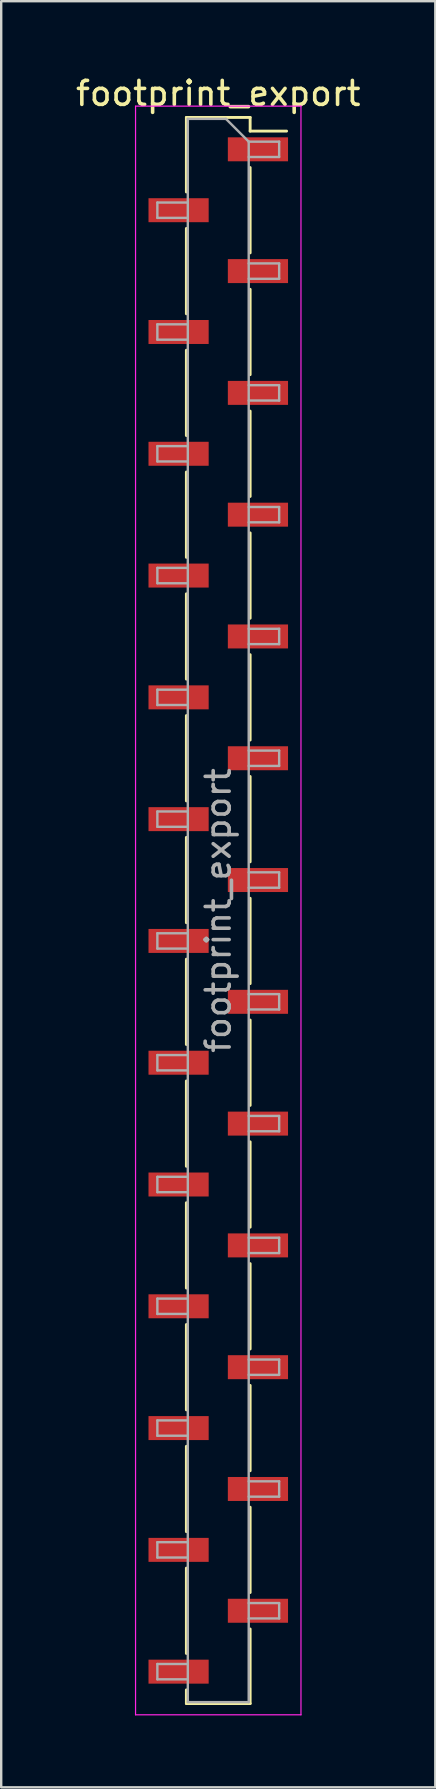
<source format=kicad_pcb>
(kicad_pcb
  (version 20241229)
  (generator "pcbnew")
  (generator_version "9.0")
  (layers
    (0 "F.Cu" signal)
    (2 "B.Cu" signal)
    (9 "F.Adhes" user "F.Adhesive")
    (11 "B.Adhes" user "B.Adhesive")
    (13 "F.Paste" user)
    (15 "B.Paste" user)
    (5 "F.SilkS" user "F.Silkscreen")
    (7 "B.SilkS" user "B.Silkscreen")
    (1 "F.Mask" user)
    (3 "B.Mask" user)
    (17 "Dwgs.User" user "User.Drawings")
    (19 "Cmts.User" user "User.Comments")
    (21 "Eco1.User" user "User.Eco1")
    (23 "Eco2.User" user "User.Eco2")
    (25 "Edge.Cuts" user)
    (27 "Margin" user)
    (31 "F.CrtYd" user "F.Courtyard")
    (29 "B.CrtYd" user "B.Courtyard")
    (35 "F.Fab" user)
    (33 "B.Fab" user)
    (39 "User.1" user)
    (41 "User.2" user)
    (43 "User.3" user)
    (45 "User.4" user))
  (footprint "footprint_export"
    (layer "F.Cu")
    (at 6.054 34.928)
    (property "Reference" "footprint_export" (at 0 -34.08 0) (layer "F.SilkS") (effects (font (size 1 1) (thickness 0.15))))
    (attr smd)
    (fp_line (start -1.33 -33.08) (end -1.33 -29.97) (stroke (width 0.12) (type solid)) (layer "F.SilkS"))
    (fp_line (start -1.33 -33.08) (end 1.33 -33.08) (stroke (width 0.12) (type solid)) (layer "F.SilkS"))
    (fp_line (start -1.33 -28.45) (end -1.33 -24.89) (stroke (width 0.12) (type solid)) (layer "F.SilkS"))
    (fp_line (start -1.33 -23.37) (end -1.33 -19.81) (stroke (width 0.12) (type solid)) (layer "F.SilkS"))
    (fp_line (start -1.33 -18.29) (end -1.33 -14.73) (stroke (width 0.12) (type solid)) (layer "F.SilkS"))
    (fp_line (start -1.33 -13.21) (end -1.33 -9.65) (stroke (width 0.12) (type solid)) (layer "F.SilkS"))
    (fp_line (start -1.33 -8.13) (end -1.33 -4.57) (stroke (width 0.12) (type solid)) (layer "F.SilkS"))
    (fp_line (start -1.33 -3.05) (end -1.33 0.51) (stroke (width 0.12) (type solid)) (layer "F.SilkS"))
    (fp_line (start -1.33 2.03) (end -1.33 5.59) (stroke (width 0.12) (type solid)) (layer "F.SilkS"))
    (fp_line (start -1.33 7.11) (end -1.33 10.67) (stroke (width 0.12) (type solid)) (layer "F.SilkS"))
    (fp_line (start -1.33 12.19) (end -1.33 15.75) (stroke (width 0.12) (type solid)) (layer "F.SilkS"))
    (fp_line (start -1.33 17.27) (end -1.33 20.83) (stroke (width 0.12) (type solid)) (layer "F.SilkS"))
    (fp_line (start -1.33 22.35) (end -1.33 25.91) (stroke (width 0.12) (type solid)) (layer "F.SilkS"))
    (fp_line (start -1.33 27.43) (end -1.33 30.99) (stroke (width 0.12) (type solid)) (layer "F.SilkS"))
    (fp_line (start -1.33 32.51) (end -1.33 33.08) (stroke (width 0.12) (type solid)) (layer "F.SilkS"))
    (fp_line (start -1.33 33.08) (end 1.33 33.08) (stroke (width 0.12) (type solid)) (layer "F.SilkS"))
    (fp_line (start 1.33 -33.08) (end 1.33 -32.51) (stroke (width 0.12) (type solid)) (layer "F.SilkS"))
    (fp_line (start 1.33 -32.51) (end 2.85 -32.51) (stroke (width 0.12) (type solid)) (layer "F.SilkS"))
    (fp_line (start 1.33 -30.99) (end 1.33 -27.43) (stroke (width 0.12) (type solid)) (layer "F.SilkS"))
    (fp_line (start 1.33 -25.91) (end 1.33 -22.35) (stroke (width 0.12) (type solid)) (layer "F.SilkS"))
    (fp_line (start 1.33 -20.83) (end 1.33 -17.27) (stroke (width 0.12) (type solid)) (layer "F.SilkS"))
    (fp_line (start 1.33 -15.75) (end 1.33 -12.19) (stroke (width 0.12) (type solid)) (layer "F.SilkS"))
    (fp_line (start 1.33 -10.67) (end 1.33 -7.11) (stroke (width 0.12) (type solid)) (layer "F.SilkS"))
    (fp_line (start 1.33 -5.59) (end 1.33 -2.03) (stroke (width 0.12) (type solid)) (layer "F.SilkS"))
    (fp_line (start 1.33 -0.51) (end 1.33 3.05) (stroke (width 0.12) (type solid)) (layer "F.SilkS"))
    (fp_line (start 1.33 4.57) (end 1.33 8.13) (stroke (width 0.12) (type solid)) (layer "F.SilkS"))
    (fp_line (start 1.33 9.65) (end 1.33 13.21) (stroke (width 0.12) (type solid)) (layer "F.SilkS"))
    (fp_line (start 1.33 14.73) (end 1.33 18.29) (stroke (width 0.12) (type solid)) (layer "F.SilkS"))
    (fp_line (start 1.33 19.81) (end 1.33 23.37) (stroke (width 0.12) (type solid)) (layer "F.SilkS"))
    (fp_line (start 1.33 24.89) (end 1.33 28.45) (stroke (width 0.12) (type solid)) (layer "F.SilkS"))
    (fp_line (start 1.33 29.97) (end 1.33 33.08) (stroke (width 0.12) (type solid)) (layer "F.SilkS"))
    (fp_line (start -3.45 -33.55) (end -3.45 33.55) (stroke (width 0.05) (type solid)) (layer "F.CrtYd"))
    (fp_line (start -3.45 33.55) (end 3.45 33.55) (stroke (width 0.05) (type solid)) (layer "F.CrtYd"))
    (fp_line (start 3.45 -33.55) (end -3.45 -33.55) (stroke (width 0.05) (type solid)) (layer "F.CrtYd"))
    (fp_line (start 3.45 33.55) (end 3.45 -33.55) (stroke (width 0.05) (type solid)) (layer "F.CrtYd"))
    (fp_line (start -2.54 -29.53) (end -2.54 -28.89) (stroke (width 0.1) (type solid)) (layer "F.Fab"))
    (fp_line (start -2.54 -28.89) (end -1.27 -28.89) (stroke (width 0.1) (type solid)) (layer "F.Fab"))
    (fp_line (start -2.54 -24.45) (end -2.54 -23.81) (stroke (width 0.1) (type solid)) (layer "F.Fab"))
    (fp_line (start -2.54 -23.81) (end -1.27 -23.81) (stroke (width 0.1) (type solid)) (layer "F.Fab"))
    (fp_line (start -2.54 -19.37) (end -2.54 -18.73) (stroke (width 0.1) (type solid)) (layer "F.Fab"))
    (fp_line (start -2.54 -18.73) (end -1.27 -18.73) (stroke (width 0.1) (type solid)) (layer "F.Fab"))
    (fp_line (start -2.54 -14.29) (end -2.54 -13.65) (stroke (width 0.1) (type solid)) (layer "F.Fab"))
    (fp_line (start -2.54 -13.65) (end -1.27 -13.65) (stroke (width 0.1) (type solid)) (layer "F.Fab"))
    (fp_line (start -2.54 -9.21) (end -2.54 -8.57) (stroke (width 0.1) (type solid)) (layer "F.Fab"))
    (fp_line (start -2.54 -8.57) (end -1.27 -8.57) (stroke (width 0.1) (type solid)) (layer "F.Fab"))
    (fp_line (start -2.54 -4.13) (end -2.54 -3.49) (stroke (width 0.1) (type solid)) (layer "F.Fab"))
    (fp_line (start -2.54 -3.49) (end -1.27 -3.49) (stroke (width 0.1) (type solid)) (layer "F.Fab"))
    (fp_line (start -2.54 0.95) (end -2.54 1.59) (stroke (width 0.1) (type solid)) (layer "F.Fab"))
    (fp_line (start -2.54 1.59) (end -1.27 1.59) (stroke (width 0.1) (type solid)) (layer "F.Fab"))
    (fp_line (start -2.54 6.03) (end -2.54 6.67) (stroke (width 0.1) (type solid)) (layer "F.Fab"))
    (fp_line (start -2.54 6.67) (end -1.27 6.67) (stroke (width 0.1) (type solid)) (layer "F.Fab"))
    (fp_line (start -2.54 11.11) (end -2.54 11.75) (stroke (width 0.1) (type solid)) (layer "F.Fab"))
    (fp_line (start -2.54 11.75) (end -1.27 11.75) (stroke (width 0.1) (type solid)) (layer "F.Fab"))
    (fp_line (start -2.54 16.19) (end -2.54 16.83) (stroke (width 0.1) (type solid)) (layer "F.Fab"))
    (fp_line (start -2.54 16.83) (end -1.27 16.83) (stroke (width 0.1) (type solid)) (layer "F.Fab"))
    (fp_line (start -2.54 21.27) (end -2.54 21.91) (stroke (width 0.1) (type solid)) (layer "F.Fab"))
    (fp_line (start -2.54 21.91) (end -1.27 21.91) (stroke (width 0.1) (type solid)) (layer "F.Fab"))
    (fp_line (start -2.54 26.35) (end -2.54 26.99) (stroke (width 0.1) (type solid)) (layer "F.Fab"))
    (fp_line (start -2.54 26.99) (end -1.27 26.99) (stroke (width 0.1) (type solid)) (layer "F.Fab"))
    (fp_line (start -2.54 31.43) (end -2.54 32.07) (stroke (width 0.1) (type solid)) (layer "F.Fab"))
    (fp_line (start -2.54 32.07) (end -1.27 32.07) (stroke (width 0.1) (type solid)) (layer "F.Fab"))
    (fp_line (start -1.27 -33.02) (end -1.27 33.02) (stroke (width 0.1) (type solid)) (layer "F.Fab"))
    (fp_line (start -1.27 -33.02) (end 0.32 -33.02) (stroke (width 0.1) (type solid)) (layer "F.Fab"))
    (fp_line (start -1.27 -29.53) (end -2.54 -29.53) (stroke (width 0.1) (type solid)) (layer "F.Fab"))
    (fp_line (start -1.27 -24.45) (end -2.54 -24.45) (stroke (width 0.1) (type solid)) (layer "F.Fab"))
    (fp_line (start -1.27 -19.37) (end -2.54 -19.37) (stroke (width 0.1) (type solid)) (layer "F.Fab"))
    (fp_line (start -1.27 -14.29) (end -2.54 -14.29) (stroke (width 0.1) (type solid)) (layer "F.Fab"))
    (fp_line (start -1.27 -9.21) (end -2.54 -9.21) (stroke (width 0.1) (type solid)) (layer "F.Fab"))
    (fp_line (start -1.27 -4.13) (end -2.54 -4.13) (stroke (width 0.1) (type solid)) (layer "F.Fab"))
    (fp_line (start -1.27 0.95) (end -2.54 0.95) (stroke (width 0.1) (type solid)) (layer "F.Fab"))
    (fp_line (start -1.27 6.03) (end -2.54 6.03) (stroke (width 0.1) (type solid)) (layer "F.Fab"))
    (fp_line (start -1.27 11.11) (end -2.54 11.11) (stroke (width 0.1) (type solid)) (layer "F.Fab"))
    (fp_line (start -1.27 16.19) (end -2.54 16.19) (stroke (width 0.1) (type solid)) (layer "F.Fab"))
    (fp_line (start -1.27 21.27) (end -2.54 21.27) (stroke (width 0.1) (type solid)) (layer "F.Fab"))
    (fp_line (start -1.27 26.35) (end -2.54 26.35) (stroke (width 0.1) (type solid)) (layer "F.Fab"))
    (fp_line (start -1.27 31.43) (end -2.54 31.43) (stroke (width 0.1) (type solid)) (layer "F.Fab"))
    (fp_line (start 1.27 -32.07) (end 0.32 -33.02) (stroke (width 0.1) (type solid)) (layer "F.Fab"))
    (fp_line (start 1.27 -32.07) (end 2.54 -32.07) (stroke (width 0.1) (type solid)) (layer "F.Fab"))
    (fp_line (start 1.27 -26.99) (end 2.54 -26.99) (stroke (width 0.1) (type solid)) (layer "F.Fab"))
    (fp_line (start 1.27 -21.91) (end 2.54 -21.91) (stroke (width 0.1) (type solid)) (layer "F.Fab"))
    (fp_line (start 1.27 -16.83) (end 2.54 -16.83) (stroke (width 0.1) (type solid)) (layer "F.Fab"))
    (fp_line (start 1.27 -11.75) (end 2.54 -11.75) (stroke (width 0.1) (type solid)) (layer "F.Fab"))
    (fp_line (start 1.27 -6.67) (end 2.54 -6.67) (stroke (width 0.1) (type solid)) (layer "F.Fab"))
    (fp_line (start 1.27 -1.59) (end 2.54 -1.59) (stroke (width 0.1) (type solid)) (layer "F.Fab"))
    (fp_line (start 1.27 3.49) (end 2.54 3.49) (stroke (width 0.1) (type solid)) (layer "F.Fab"))
    (fp_line (start 1.27 8.57) (end 2.54 8.57) (stroke (width 0.1) (type solid)) (layer "F.Fab"))
    (fp_line (start 1.27 13.65) (end 2.54 13.65) (stroke (width 0.1) (type solid)) (layer "F.Fab"))
    (fp_line (start 1.27 18.73) (end 2.54 18.73) (stroke (width 0.1) (type solid)) (layer "F.Fab"))
    (fp_line (start 1.27 23.81) (end 2.54 23.81) (stroke (width 0.1) (type solid)) (layer "F.Fab"))
    (fp_line (start 1.27 28.89) (end 2.54 28.89) (stroke (width 0.1) (type solid)) (layer "F.Fab"))
    (fp_line (start 1.27 33.02) (end -1.27 33.02) (stroke (width 0.1) (type solid)) (layer "F.Fab"))
    (fp_line (start 1.27 33.02) (end 1.27 -32.07) (stroke (width 0.1) (type solid)) (layer "F.Fab"))
    (fp_line (start 2.54 -32.07) (end 2.54 -31.43) (stroke (width 0.1) (type solid)) (layer "F.Fab"))
    (fp_line (start 2.54 -31.43) (end 1.27 -31.43) (stroke (width 0.1) (type solid)) (layer "F.Fab"))
    (fp_line (start 2.54 -26.99) (end 2.54 -26.35) (stroke (width 0.1) (type solid)) (layer "F.Fab"))
    (fp_line (start 2.54 -26.35) (end 1.27 -26.35) (stroke (width 0.1) (type solid)) (layer "F.Fab"))
    (fp_line (start 2.54 -21.91) (end 2.54 -21.27) (stroke (width 0.1) (type solid)) (layer "F.Fab"))
    (fp_line (start 2.54 -21.27) (end 1.27 -21.27) (stroke (width 0.1) (type solid)) (layer "F.Fab"))
    (fp_line (start 2.54 -16.83) (end 2.54 -16.19) (stroke (width 0.1) (type solid)) (layer "F.Fab"))
    (fp_line (start 2.54 -16.19) (end 1.27 -16.19) (stroke (width 0.1) (type solid)) (layer "F.Fab"))
    (fp_line (start 2.54 -11.75) (end 2.54 -11.11) (stroke (width 0.1) (type solid)) (layer "F.Fab"))
    (fp_line (start 2.54 -11.11) (end 1.27 -11.11) (stroke (width 0.1) (type solid)) (layer "F.Fab"))
    (fp_line (start 2.54 -6.67) (end 2.54 -6.03) (stroke (width 0.1) (type solid)) (layer "F.Fab"))
    (fp_line (start 2.54 -6.03) (end 1.27 -6.03) (stroke (width 0.1) (type solid)) (layer "F.Fab"))
    (fp_line (start 2.54 -1.59) (end 2.54 -0.95) (stroke (width 0.1) (type solid)) (layer "F.Fab"))
    (fp_line (start 2.54 -0.95) (end 1.27 -0.95) (stroke (width 0.1) (type solid)) (layer "F.Fab"))
    (fp_line (start 2.54 3.49) (end 2.54 4.13) (stroke (width 0.1) (type solid)) (layer "F.Fab"))
    (fp_line (start 2.54 4.13) (end 1.27 4.13) (stroke (width 0.1) (type solid)) (layer "F.Fab"))
    (fp_line (start 2.54 8.57) (end 2.54 9.21) (stroke (width 0.1) (type solid)) (layer "F.Fab"))
    (fp_line (start 2.54 9.21) (end 1.27 9.21) (stroke (width 0.1) (type solid)) (layer "F.Fab"))
    (fp_line (start 2.54 13.65) (end 2.54 14.29) (stroke (width 0.1) (type solid)) (layer "F.Fab"))
    (fp_line (start 2.54 14.29) (end 1.27 14.29) (stroke (width 0.1) (type solid)) (layer "F.Fab"))
    (fp_line (start 2.54 18.73) (end 2.54 19.37) (stroke (width 0.1) (type solid)) (layer "F.Fab"))
    (fp_line (start 2.54 19.37) (end 1.27 19.37) (stroke (width 0.1) (type solid)) (layer "F.Fab"))
    (fp_line (start 2.54 23.81) (end 2.54 24.45) (stroke (width 0.1) (type solid)) (layer "F.Fab"))
    (fp_line (start 2.54 24.45) (end 1.27 24.45) (stroke (width 0.1) (type solid)) (layer "F.Fab"))
    (fp_line (start 2.54 28.89) (end 2.54 29.53) (stroke (width 0.1) (type solid)) (layer "F.Fab"))
    (fp_line (start 2.54 29.53) (end 1.27 29.53) (stroke (width 0.1) (type solid)) (layer "F.Fab"))
    (fp_text user "${REFERENCE}" (at 0 0 90) (layer "F.Fab") (effects (font (size 1 1) (thickness 0.15))))
    (pad "1" smd rect (at 1.655 -31.75) (size 2.51 1) (layers "F.Cu" "F.Mask" "F.Paste"))
    (pad "2" smd rect (at -1.655 -29.21) (size 2.51 1) (layers "F.Cu" "F.Mask" "F.Paste"))
    (pad "3" smd rect (at 1.655 -26.67) (size 2.51 1) (layers "F.Cu" "F.Mask" "F.Paste"))
    (pad "4" smd rect (at -1.655 -24.13) (size 2.51 1) (layers "F.Cu" "F.Mask" "F.Paste"))
    (pad "5" smd rect (at 1.655 -21.59) (size 2.51 1) (layers "F.Cu" "F.Mask" "F.Paste"))
    (pad "6" smd rect (at -1.655 -19.05) (size 2.51 1) (layers "F.Cu" "F.Mask" "F.Paste"))
    (pad "7" smd rect (at 1.655 -16.51) (size 2.51 1) (layers "F.Cu" "F.Mask" "F.Paste"))
    (pad "8" smd rect (at -1.655 -13.97) (size 2.51 1) (layers "F.Cu" "F.Mask" "F.Paste"))
    (pad "9" smd rect (at 1.655 -11.43) (size 2.51 1) (layers "F.Cu" "F.Mask" "F.Paste"))
    (pad "10" smd rect (at -1.655 -8.89) (size 2.51 1) (layers "F.Cu" "F.Mask" "F.Paste"))
    (pad "11" smd rect (at 1.655 -6.35) (size 2.51 1) (layers "F.Cu" "F.Mask" "F.Paste"))
    (pad "12" smd rect (at -1.655 -3.81) (size 2.51 1) (layers "F.Cu" "F.Mask" "F.Paste"))
    (pad "13" smd rect (at 1.655 -1.27) (size 2.51 1) (layers "F.Cu" "F.Mask" "F.Paste"))
    (pad "14" smd rect (at -1.655 1.27) (size 2.51 1) (layers "F.Cu" "F.Mask" "F.Paste"))
    (pad "15" smd rect (at 1.655 3.81) (size 2.51 1) (layers "F.Cu" "F.Mask" "F.Paste"))
    (pad "16" smd rect (at -1.655 6.35) (size 2.51 1) (layers "F.Cu" "F.Mask" "F.Paste"))
    (pad "17" smd rect (at 1.655 8.89) (size 2.51 1) (layers "F.Cu" "F.Mask" "F.Paste"))
    (pad "18" smd rect (at -1.655 11.43) (size 2.51 1) (layers "F.Cu" "F.Mask" "F.Paste"))
    (pad "19" smd rect (at 1.655 13.97) (size 2.51 1) (layers "F.Cu" "F.Mask" "F.Paste"))
    (pad "20" smd rect (at -1.655 16.51) (size 2.51 1) (layers "F.Cu" "F.Mask" "F.Paste"))
    (pad "21" smd rect (at 1.655 19.05) (size 2.51 1) (layers "F.Cu" "F.Mask" "F.Paste"))
    (pad "22" smd rect (at -1.655 21.59) (size 2.51 1) (layers "F.Cu" "F.Mask" "F.Paste"))
    (pad "23" smd rect (at 1.655 24.13) (size 2.51 1) (layers "F.Cu" "F.Mask" "F.Paste"))
    (pad "24" smd rect (at -1.655 26.67) (size 2.51 1) (layers "F.Cu" "F.Mask" "F.Paste"))
    (pad "25" smd rect (at 1.655 29.21) (size 2.51 1) (layers "F.Cu" "F.Mask" "F.Paste"))
    (pad "26" smd rect (at -1.655 31.75) (size 2.51 1) (layers "F.Cu" "F.Mask" "F.Paste")))
  (gr_rect
    (start -3 -3)
    (end 15.107 71.503)
    (stroke (width 0.1) (type default))
    (fill no)
    (layer "Edge.Cuts")))
</source>
